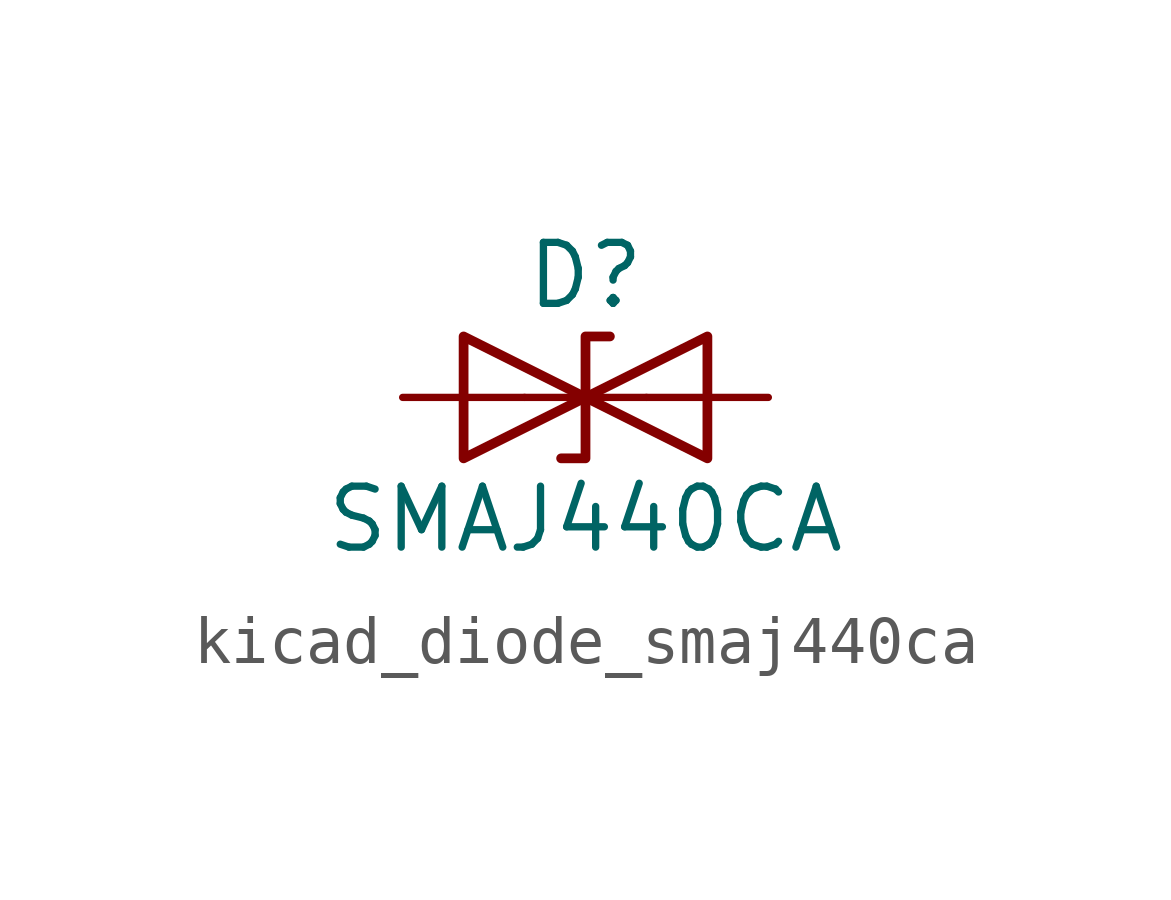
<source format=kicad_sym>
(kicad_symbol_lib
  (version 20220914)
  (generator kicad_symbol_editor)
  (symbol "kicad_diode_smaj440ca"
    (pin_numbers hide)
    (pin_names
      (offset 1.016) hide)
    (property "Reference" "D"
      (at 0 2.54 0)
      (effects (font (size 1.27 1.27))))
    (property "Value" "SMAJ440CA"
      (at 0 -2.54 0)
      (effects (font (size 1.27 1.27))))
    (symbol "kicad_diode_smaj440ca_0_1"
      (polyline (pts (xy 1.27 0) (xy -1.27 0)) (stroke (width 0) (type default)) (fill (type none)))
      (polyline (pts (xy -2.54 -1.27) (xy 0 0) (xy -2.54 1.27) (xy -2.54 -1.27)) (stroke (width 0.203) (type default)) (fill (type none)))
      (polyline (pts (xy 0.508 1.27) (xy 0 1.27) (xy 0 -1.27) (xy -0.508 -1.27)) (stroke (width 0.203) (type default)) (fill (type none)))
      (polyline (pts (xy 2.54 1.27) (xy 2.54 -1.27) (xy 0 0) (xy 2.54 1.27)) (stroke (width 0.203) (type default)) (fill (type none))))
    (symbol "kicad_diode_smaj440ca_1_1"
      (pin passive line (at -3.81 0 0) (length 2.54) (name "A1" (effects (font (size 1.27 1.27)))) (number "1" (effects (font (size 1.27 1.27)))))
      (pin passive line (at 3.81 0 180) (length 2.54) (name "A2" (effects (font (size 1.27 1.27)))) (number "2" (effects (font (size 1.27 1.27))))))))
</source>
